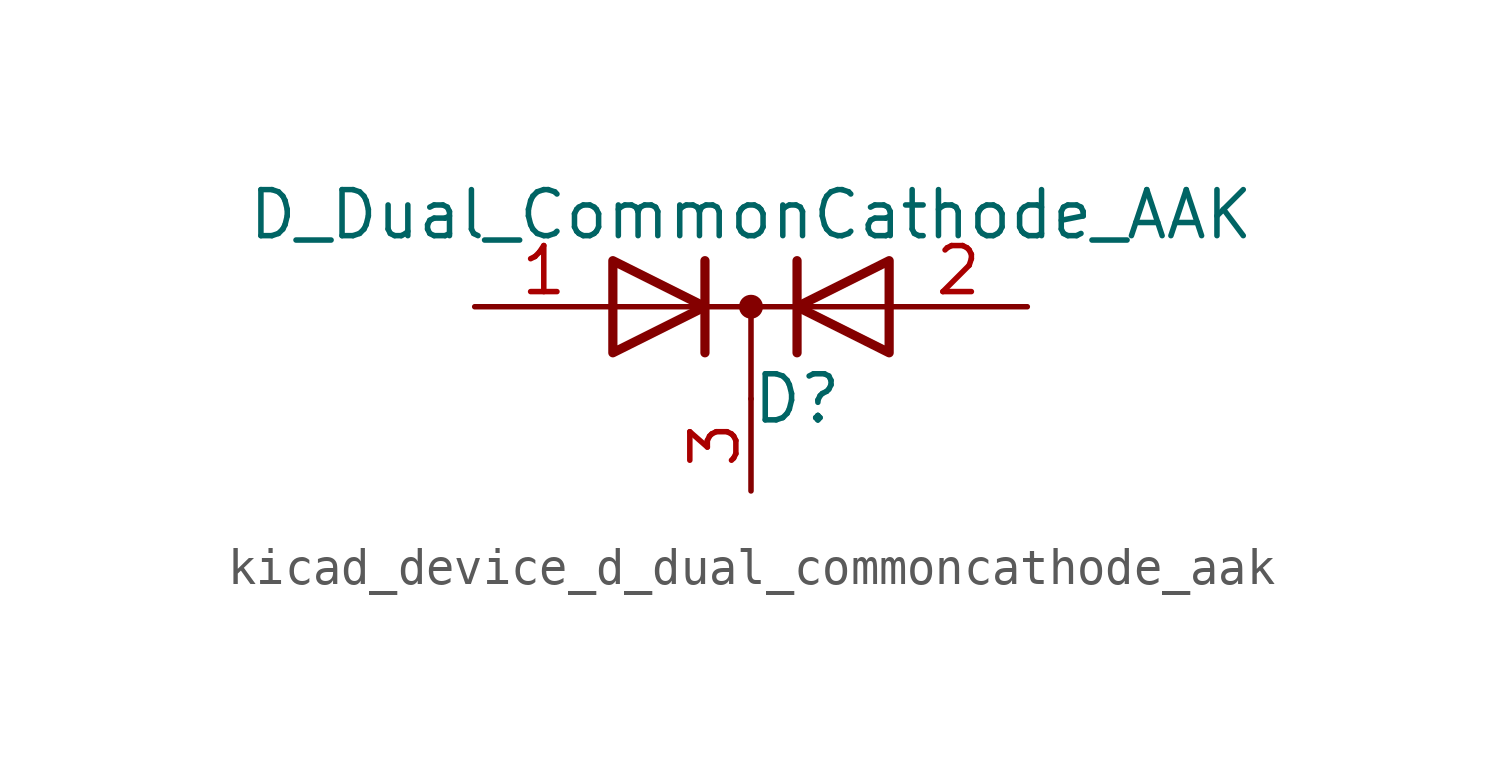
<source format=kicad_sym>
(kicad_symbol_lib
  (version 20220914)
  (generator kicad_symbol_editor)
  (symbol "kicad_device_d_dual_commoncathode_aak"
    (pin_names
      (offset 0.762) hide)
    (property "Reference" "D"
      (at 1.27 -2.54 0)
      (effects (font (size 1.27 1.27))))
    (property "Value" "D_Dual_CommonCathode_AAK"
      (at 0 2.54 0)
      (effects (font (size 1.27 1.27))))
    (symbol "kicad_device_d_dual_commoncathode_aak_0_1"
      (polyline (pts (xy -3.81 0) (xy 3.81 0)) (stroke (width 0) (type default)) (fill (type none)))
      (polyline (pts (xy 0 0) (xy 0 -2.54)) (stroke (width 0) (type default)) (fill (type none)))
      (polyline (pts (xy -1.27 -1.27) (xy -1.27 1.27) (xy -1.27 1.27)) (stroke (width 0.254) (type default)) (fill (type none)))
      (polyline (pts (xy 1.27 -1.27) (xy 1.27 1.27) (xy 1.27 1.27)) (stroke (width 0.254) (type default)) (fill (type none)))
      (polyline (pts (xy -3.81 1.27) (xy -1.27 0) (xy -3.81 -1.27) (xy -3.81 1.27) (xy -3.81 1.27) (xy -3.81 1.27)) (stroke (width 0.254) (type default)) (fill (type none)))
      (polyline (pts (xy 3.81 -1.27) (xy 1.27 0) (xy 3.81 1.27) (xy 3.81 -1.27) (xy 3.81 -1.27) (xy 3.81 -1.27)) (stroke (width 0.254) (type default)) (fill (type none)))
      (circle (center 0 0) (radius 0.254) (stroke (width 0) (type default)) (fill (type outline)))
      (pin passive line (at -7.62 0 0) (length 3.81) (name "A" (effects (font (size 1.27 1.27)))) (number "1" (effects (font (size 1.27 1.27)))))
      (pin passive line (at 7.62 0 180) (length 3.81) (name "A" (effects (font (size 1.27 1.27)))) (number "2" (effects (font (size 1.27 1.27)))))
      (pin passive line (at 0 -5.08 90) (length 2.54) (name "K" (effects (font (size 1.27 1.27)))) (number "3" (effects (font (size 1.27 1.27))))))))
</source>
